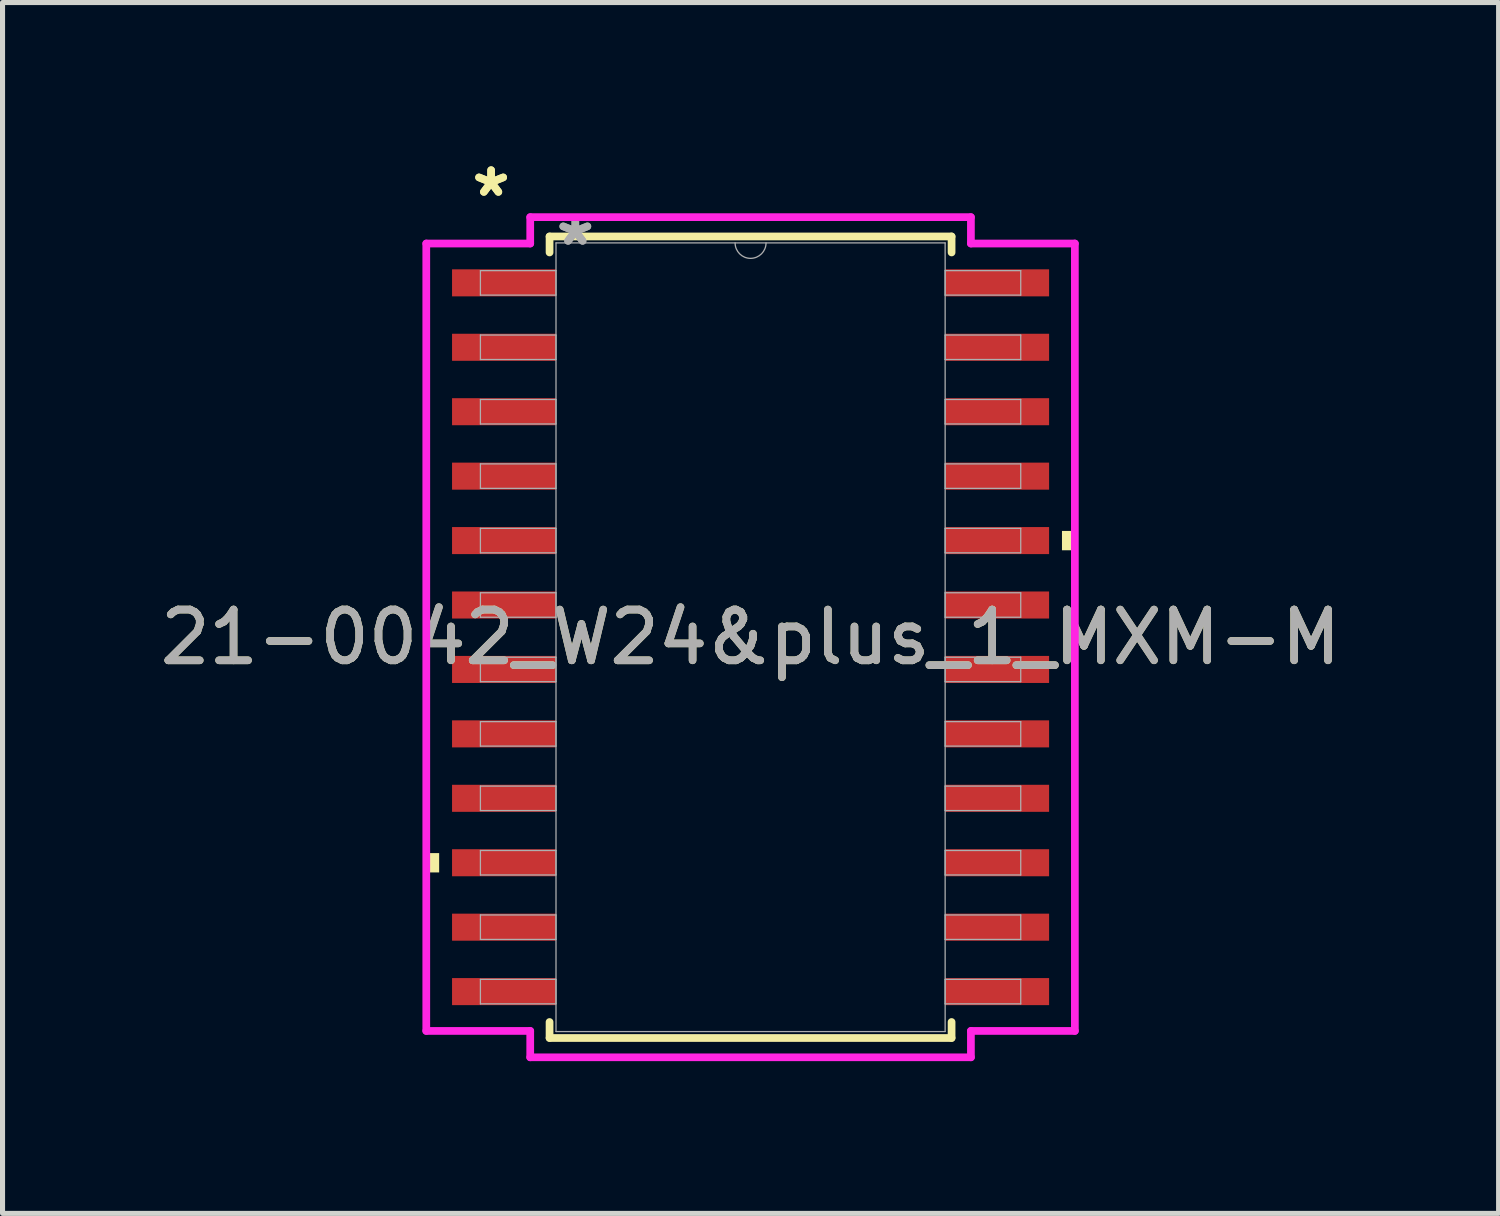
<source format=kicad_pcb>
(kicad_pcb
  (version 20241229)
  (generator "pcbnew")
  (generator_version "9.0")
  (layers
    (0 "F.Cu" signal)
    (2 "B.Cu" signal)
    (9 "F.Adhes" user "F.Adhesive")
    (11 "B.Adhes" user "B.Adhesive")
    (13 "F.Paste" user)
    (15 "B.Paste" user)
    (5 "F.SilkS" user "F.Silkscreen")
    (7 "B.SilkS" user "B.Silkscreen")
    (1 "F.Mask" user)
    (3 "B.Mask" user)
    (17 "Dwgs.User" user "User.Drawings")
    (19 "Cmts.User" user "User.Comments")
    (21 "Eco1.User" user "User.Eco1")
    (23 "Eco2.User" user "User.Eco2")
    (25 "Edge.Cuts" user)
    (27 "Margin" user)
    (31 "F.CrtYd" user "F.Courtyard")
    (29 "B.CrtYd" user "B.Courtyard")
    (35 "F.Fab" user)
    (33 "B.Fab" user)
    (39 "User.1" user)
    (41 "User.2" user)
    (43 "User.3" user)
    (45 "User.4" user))
  (footprint "21-0042_W24&plus_1_MXM-M"
    (layer "F.Cu")
    (at 11.744 9.51)
    (property "Reference" "21-0042_W24&plus_1_MXM-M" (at 0 0 0) (unlocked yes) (layer "F.SilkS") (effects (font (size 1 1) (thickness 0.15))))
    (attr smd)
    (fp_line (start -3.962 -7.899) (end -3.962 -7.584) (stroke (width 0.152) (type solid)) (layer "F.SilkS"))
    (fp_line (start -3.962 7.584) (end -3.962 7.899) (stroke (width 0.152) (type solid)) (layer "F.SilkS"))
    (fp_line (start -3.962 7.899) (end 3.962 7.899) (stroke (width 0.152) (type solid)) (layer "F.SilkS"))
    (fp_line (start 3.962 -7.899) (end -3.962 -7.899) (stroke (width 0.152) (type solid)) (layer "F.SilkS"))
    (fp_line (start 3.962 -7.584) (end 3.962 -7.899) (stroke (width 0.152) (type solid)) (layer "F.SilkS"))
    (fp_line (start 3.962 7.899) (end 3.962 7.584) (stroke (width 0.152) (type solid)) (layer "F.SilkS"))
    (fp_poly (pts (xy -6.392 4.255) (xy -6.392 4.636) (xy -6.138 4.636) (xy -6.138 4.255)) (stroke (width 0) (type solid)) (fill yes) (layer "F.SilkS"))
    (fp_poly (pts (xy 6.392 -2.095) (xy 6.392 -1.714) (xy 6.138 -1.714) (xy 6.138 -2.095)) (stroke (width 0) (type solid)) (fill yes) (layer "F.SilkS"))
    (fp_line (start -6.392 -7.76) (end -4.343 -7.76) (stroke (width 0.152) (type solid)) (layer "F.CrtYd"))
    (fp_line (start -6.392 7.76) (end -6.392 -7.76) (stroke (width 0.152) (type solid)) (layer "F.CrtYd"))
    (fp_line (start -6.392 7.76) (end -4.343 7.76) (stroke (width 0.152) (type solid)) (layer "F.CrtYd"))
    (fp_line (start -4.343 -8.28) (end 4.343 -8.28) (stroke (width 0.152) (type solid)) (layer "F.CrtYd"))
    (fp_line (start -4.343 -7.76) (end -4.343 -8.28) (stroke (width 0.152) (type solid)) (layer "F.CrtYd"))
    (fp_line (start -4.343 8.28) (end -4.343 7.76) (stroke (width 0.152) (type solid)) (layer "F.CrtYd"))
    (fp_line (start 4.343 -8.28) (end 4.343 -7.76) (stroke (width 0.152) (type solid)) (layer "F.CrtYd"))
    (fp_line (start 4.343 7.76) (end 4.343 8.28) (stroke (width 0.152) (type solid)) (layer "F.CrtYd"))
    (fp_line (start 4.343 8.28) (end -4.343 8.28) (stroke (width 0.152) (type solid)) (layer "F.CrtYd"))
    (fp_line (start 6.392 -7.76) (end 4.343 -7.76) (stroke (width 0.152) (type solid)) (layer "F.CrtYd"))
    (fp_line (start 6.392 -7.76) (end 6.392 7.76) (stroke (width 0.152) (type solid)) (layer "F.CrtYd"))
    (fp_line (start 6.392 7.76) (end 4.343 7.76) (stroke (width 0.152) (type solid)) (layer "F.CrtYd"))
    (fp_line (start -5.325 -7.226) (end -5.325 -6.744) (stroke (width 0.025) (type solid)) (layer "F.Fab"))
    (fp_line (start -5.325 -6.744) (end -3.835 -6.744) (stroke (width 0.025) (type solid)) (layer "F.Fab"))
    (fp_line (start -5.325 -5.956) (end -5.325 -5.474) (stroke (width 0.025) (type solid)) (layer "F.Fab"))
    (fp_line (start -5.325 -5.474) (end -3.835 -5.474) (stroke (width 0.025) (type solid)) (layer "F.Fab"))
    (fp_line (start -5.325 -4.686) (end -5.325 -4.204) (stroke (width 0.025) (type solid)) (layer "F.Fab"))
    (fp_line (start -5.325 -4.204) (end -3.835 -4.204) (stroke (width 0.025) (type solid)) (layer "F.Fab"))
    (fp_line (start -5.325 -3.416) (end -5.325 -2.934) (stroke (width 0.025) (type solid)) (layer "F.Fab"))
    (fp_line (start -5.325 -2.934) (end -3.835 -2.934) (stroke (width 0.025) (type solid)) (layer "F.Fab"))
    (fp_line (start -5.325 -2.146) (end -5.325 -1.664) (stroke (width 0.025) (type solid)) (layer "F.Fab"))
    (fp_line (start -5.325 -1.664) (end -3.835 -1.664) (stroke (width 0.025) (type solid)) (layer "F.Fab"))
    (fp_line (start -5.325 -0.876) (end -5.325 -0.394) (stroke (width 0.025) (type solid)) (layer "F.Fab"))
    (fp_line (start -5.325 -0.394) (end -3.835 -0.394) (stroke (width 0.025) (type solid)) (layer "F.Fab"))
    (fp_line (start -5.325 0.394) (end -5.325 0.876) (stroke (width 0.025) (type solid)) (layer "F.Fab"))
    (fp_line (start -5.325 0.876) (end -3.835 0.876) (stroke (width 0.025) (type solid)) (layer "F.Fab"))
    (fp_line (start -5.325 1.664) (end -5.325 2.146) (stroke (width 0.025) (type solid)) (layer "F.Fab"))
    (fp_line (start -5.325 2.146) (end -3.835 2.146) (stroke (width 0.025) (type solid)) (layer "F.Fab"))
    (fp_line (start -5.325 2.934) (end -5.325 3.416) (stroke (width 0.025) (type solid)) (layer "F.Fab"))
    (fp_line (start -5.325 3.416) (end -3.835 3.416) (stroke (width 0.025) (type solid)) (layer "F.Fab"))
    (fp_line (start -5.325 4.204) (end -5.325 4.686) (stroke (width 0.025) (type solid)) (layer "F.Fab"))
    (fp_line (start -5.325 4.686) (end -3.835 4.686) (stroke (width 0.025) (type solid)) (layer "F.Fab"))
    (fp_line (start -5.325 5.474) (end -5.325 5.956) (stroke (width 0.025) (type solid)) (layer "F.Fab"))
    (fp_line (start -5.325 5.956) (end -3.835 5.956) (stroke (width 0.025) (type solid)) (layer "F.Fab"))
    (fp_line (start -5.325 6.744) (end -5.325 7.226) (stroke (width 0.025) (type solid)) (layer "F.Fab"))
    (fp_line (start -5.325 7.226) (end -3.835 7.226) (stroke (width 0.025) (type solid)) (layer "F.Fab"))
    (fp_line (start -3.835 -7.772) (end -3.835 7.772) (stroke (width 0.025) (type solid)) (layer "F.Fab"))
    (fp_line (start -3.835 -7.226) (end -5.325 -7.226) (stroke (width 0.025) (type solid)) (layer "F.Fab"))
    (fp_line (start -3.835 -6.744) (end -3.835 -7.226) (stroke (width 0.025) (type solid)) (layer "F.Fab"))
    (fp_line (start -3.835 -5.956) (end -5.325 -5.956) (stroke (width 0.025) (type solid)) (layer "F.Fab"))
    (fp_line (start -3.835 -5.474) (end -3.835 -5.956) (stroke (width 0.025) (type solid)) (layer "F.Fab"))
    (fp_line (start -3.835 -4.686) (end -5.325 -4.686) (stroke (width 0.025) (type solid)) (layer "F.Fab"))
    (fp_line (start -3.835 -4.204) (end -3.835 -4.686) (stroke (width 0.025) (type solid)) (layer "F.Fab"))
    (fp_line (start -3.835 -3.416) (end -5.325 -3.416) (stroke (width 0.025) (type solid)) (layer "F.Fab"))
    (fp_line (start -3.835 -2.934) (end -3.835 -3.416) (stroke (width 0.025) (type solid)) (layer "F.Fab"))
    (fp_line (start -3.835 -2.146) (end -5.325 -2.146) (stroke (width 0.025) (type solid)) (layer "F.Fab"))
    (fp_line (start -3.835 -1.664) (end -3.835 -2.146) (stroke (width 0.025) (type solid)) (layer "F.Fab"))
    (fp_line (start -3.835 -0.876) (end -5.325 -0.876) (stroke (width 0.025) (type solid)) (layer "F.Fab"))
    (fp_line (start -3.835 -0.394) (end -3.835 -0.876) (stroke (width 0.025) (type solid)) (layer "F.Fab"))
    (fp_line (start -3.835 0.394) (end -5.325 0.394) (stroke (width 0.025) (type solid)) (layer "F.Fab"))
    (fp_line (start -3.835 0.876) (end -3.835 0.394) (stroke (width 0.025) (type solid)) (layer "F.Fab"))
    (fp_line (start -3.835 1.664) (end -5.325 1.664) (stroke (width 0.025) (type solid)) (layer "F.Fab"))
    (fp_line (start -3.835 2.146) (end -3.835 1.664) (stroke (width 0.025) (type solid)) (layer "F.Fab"))
    (fp_line (start -3.835 2.934) (end -5.325 2.934) (stroke (width 0.025) (type solid)) (layer "F.Fab"))
    (fp_line (start -3.835 3.416) (end -3.835 2.934) (stroke (width 0.025) (type solid)) (layer "F.Fab"))
    (fp_line (start -3.835 4.204) (end -5.325 4.204) (stroke (width 0.025) (type solid)) (layer "F.Fab"))
    (fp_line (start -3.835 4.686) (end -3.835 4.204) (stroke (width 0.025) (type solid)) (layer "F.Fab"))
    (fp_line (start -3.835 5.474) (end -5.325 5.474) (stroke (width 0.025) (type solid)) (layer "F.Fab"))
    (fp_line (start -3.835 5.956) (end -3.835 5.474) (stroke (width 0.025) (type solid)) (layer "F.Fab"))
    (fp_line (start -3.835 6.744) (end -5.325 6.744) (stroke (width 0.025) (type solid)) (layer "F.Fab"))
    (fp_line (start -3.835 7.226) (end -3.835 6.744) (stroke (width 0.025) (type solid)) (layer "F.Fab"))
    (fp_line (start -3.835 7.772) (end 3.835 7.772) (stroke (width 0.025) (type solid)) (layer "F.Fab"))
    (fp_line (start 3.835 -7.772) (end -3.835 -7.772) (stroke (width 0.025) (type solid)) (layer "F.Fab"))
    (fp_line (start 3.835 -7.226) (end 3.835 -6.744) (stroke (width 0.025) (type solid)) (layer "F.Fab"))
    (fp_line (start 3.835 -6.744) (end 5.325 -6.744) (stroke (width 0.025) (type solid)) (layer "F.Fab"))
    (fp_line (start 3.835 -5.956) (end 3.835 -5.474) (stroke (width 0.025) (type solid)) (layer "F.Fab"))
    (fp_line (start 3.835 -5.474) (end 5.325 -5.474) (stroke (width 0.025) (type solid)) (layer "F.Fab"))
    (fp_line (start 3.835 -4.686) (end 3.835 -4.204) (stroke (width 0.025) (type solid)) (layer "F.Fab"))
    (fp_line (start 3.835 -4.204) (end 5.325 -4.204) (stroke (width 0.025) (type solid)) (layer "F.Fab"))
    (fp_line (start 3.835 -3.416) (end 3.835 -2.934) (stroke (width 0.025) (type solid)) (layer "F.Fab"))
    (fp_line (start 3.835 -2.934) (end 5.325 -2.934) (stroke (width 0.025) (type solid)) (layer "F.Fab"))
    (fp_line (start 3.835 -2.146) (end 3.835 -1.664) (stroke (width 0.025) (type solid)) (layer "F.Fab"))
    (fp_line (start 3.835 -1.664) (end 5.325 -1.664) (stroke (width 0.025) (type solid)) (layer "F.Fab"))
    (fp_line (start 3.835 -0.876) (end 3.835 -0.394) (stroke (width 0.025) (type solid)) (layer "F.Fab"))
    (fp_line (start 3.835 -0.394) (end 5.325 -0.394) (stroke (width 0.025) (type solid)) (layer "F.Fab"))
    (fp_line (start 3.835 0.394) (end 3.835 0.876) (stroke (width 0.025) (type solid)) (layer "F.Fab"))
    (fp_line (start 3.835 0.876) (end 5.325 0.876) (stroke (width 0.025) (type solid)) (layer "F.Fab"))
    (fp_line (start 3.835 1.664) (end 3.835 2.146) (stroke (width 0.025) (type solid)) (layer "F.Fab"))
    (fp_line (start 3.835 2.146) (end 5.325 2.146) (stroke (width 0.025) (type solid)) (layer "F.Fab"))
    (fp_line (start 3.835 2.934) (end 3.835 3.416) (stroke (width 0.025) (type solid)) (layer "F.Fab"))
    (fp_line (start 3.835 3.416) (end 5.325 3.416) (stroke (width 0.025) (type solid)) (layer "F.Fab"))
    (fp_line (start 3.835 4.204) (end 3.835 4.686) (stroke (width 0.025) (type solid)) (layer "F.Fab"))
    (fp_line (start 3.835 4.686) (end 5.325 4.686) (stroke (width 0.025) (type solid)) (layer "F.Fab"))
    (fp_line (start 3.835 5.474) (end 3.835 5.956) (stroke (width 0.025) (type solid)) (layer "F.Fab"))
    (fp_line (start 3.835 5.956) (end 5.325 5.956) (stroke (width 0.025) (type solid)) (layer "F.Fab"))
    (fp_line (start 3.835 6.744) (end 3.835 7.226) (stroke (width 0.025) (type solid)) (layer "F.Fab"))
    (fp_line (start 3.835 7.226) (end 5.325 7.226) (stroke (width 0.025) (type solid)) (layer "F.Fab"))
    (fp_line (start 3.835 7.772) (end 3.835 -7.772) (stroke (width 0.025) (type solid)) (layer "F.Fab"))
    (fp_line (start 5.325 -7.226) (end 3.835 -7.226) (stroke (width 0.025) (type solid)) (layer "F.Fab"))
    (fp_line (start 5.325 -6.744) (end 5.325 -7.226) (stroke (width 0.025) (type solid)) (layer "F.Fab"))
    (fp_line (start 5.325 -5.956) (end 3.835 -5.956) (stroke (width 0.025) (type solid)) (layer "F.Fab"))
    (fp_line (start 5.325 -5.474) (end 5.325 -5.956) (stroke (width 0.025) (type solid)) (layer "F.Fab"))
    (fp_line (start 5.325 -4.686) (end 3.835 -4.686) (stroke (width 0.025) (type solid)) (layer "F.Fab"))
    (fp_line (start 5.325 -4.204) (end 5.325 -4.686) (stroke (width 0.025) (type solid)) (layer "F.Fab"))
    (fp_line (start 5.325 -3.416) (end 3.835 -3.416) (stroke (width 0.025) (type solid)) (layer "F.Fab"))
    (fp_line (start 5.325 -2.934) (end 5.325 -3.416) (stroke (width 0.025) (type solid)) (layer "F.Fab"))
    (fp_line (start 5.325 -2.146) (end 3.835 -2.146) (stroke (width 0.025) (type solid)) (layer "F.Fab"))
    (fp_line (start 5.325 -1.664) (end 5.325 -2.146) (stroke (width 0.025) (type solid)) (layer "F.Fab"))
    (fp_line (start 5.325 -0.876) (end 3.835 -0.876) (stroke (width 0.025) (type solid)) (layer "F.Fab"))
    (fp_line (start 5.325 -0.394) (end 5.325 -0.876) (stroke (width 0.025) (type solid)) (layer "F.Fab"))
    (fp_line (start 5.325 0.394) (end 3.835 0.394) (stroke (width 0.025) (type solid)) (layer "F.Fab"))
    (fp_line (start 5.325 0.876) (end 5.325 0.394) (stroke (width 0.025) (type solid)) (layer "F.Fab"))
    (fp_line (start 5.325 1.664) (end 3.835 1.664) (stroke (width 0.025) (type solid)) (layer "F.Fab"))
    (fp_line (start 5.325 2.146) (end 5.325 1.664) (stroke (width 0.025) (type solid)) (layer "F.Fab"))
    (fp_line (start 5.325 2.934) (end 3.835 2.934) (stroke (width 0.025) (type solid)) (layer "F.Fab"))
    (fp_line (start 5.325 3.416) (end 5.325 2.934) (stroke (width 0.025) (type solid)) (layer "F.Fab"))
    (fp_line (start 5.325 4.204) (end 3.835 4.204) (stroke (width 0.025) (type solid)) (layer "F.Fab"))
    (fp_line (start 5.325 4.686) (end 5.325 4.204) (stroke (width 0.025) (type solid)) (layer "F.Fab"))
    (fp_line (start 5.325 5.474) (end 3.835 5.474) (stroke (width 0.025) (type solid)) (layer "F.Fab"))
    (fp_line (start 5.325 5.956) (end 5.325 5.474) (stroke (width 0.025) (type solid)) (layer "F.Fab"))
    (fp_line (start 5.325 6.744) (end 3.835 6.744) (stroke (width 0.025) (type solid)) (layer "F.Fab"))
    (fp_line (start 5.325 7.226) (end 5.325 6.744) (stroke (width 0.025) (type solid)) (layer "F.Fab"))
    (fp_arc (start 0.3048 -7.7724) (mid 0 -7.4676) (end -0.3048 -7.7724) (stroke (width 0.0254) (type solid)) (layer "F.Fab"))
    (fp_text user "*" (at -5.114 -8.661 0) (unlocked yes) (layer "F.SilkS") (effects (font (size 1 1) (thickness 0.15))))
    (fp_text user "*" (at -5.114 -8.661 0) (layer "F.SilkS") (effects (font (size 1 1) (thickness 0.15))))
    (fp_text user "${REFERENCE}" (at 0 0 0) (unlocked yes) (layer "F.Fab") (effects (font (size 1 1) (thickness 0.15))))
    (fp_text user "*" (at -3.454 -7.696 0) (layer "F.Fab") (effects (font (size 1 1) (thickness 0.15))))
    (fp_text user "*" (at -3.454 -7.696 0) (unlocked yes) (layer "F.Fab") (effects (font (size 1 1) (thickness 0.15))))
    (pad "1" smd rect (at -4.86 -6.985) (size 2.048 0.533) (layers "F.Cu" "F.Mask" "F.Paste"))
    (pad "2" smd rect (at -4.86 -5.715) (size 2.048 0.533) (layers "F.Cu" "F.Mask" "F.Paste"))
    (pad "3" smd rect (at -4.86 -4.445) (size 2.048 0.533) (layers "F.Cu" "F.Mask" "F.Paste"))
    (pad "4" smd rect (at -4.86 -3.175) (size 2.048 0.533) (layers "F.Cu" "F.Mask" "F.Paste"))
    (pad "5" smd rect (at -4.86 -1.905) (size 2.048 0.533) (layers "F.Cu" "F.Mask" "F.Paste"))
    (pad "6" smd rect (at -4.86 -0.635) (size 2.048 0.533) (layers "F.Cu" "F.Mask" "F.Paste"))
    (pad "7" smd rect (at -4.86 0.635) (size 2.048 0.533) (layers "F.Cu" "F.Mask" "F.Paste"))
    (pad "8" smd rect (at -4.86 1.905) (size 2.048 0.533) (layers "F.Cu" "F.Mask" "F.Paste"))
    (pad "9" smd rect (at -4.86 3.175) (size 2.048 0.533) (layers "F.Cu" "F.Mask" "F.Paste"))
    (pad "10" smd rect (at -4.86 4.445) (size 2.048 0.533) (layers "F.Cu" "F.Mask" "F.Paste"))
    (pad "11" smd rect (at -4.86 5.715) (size 2.048 0.533) (layers "F.Cu" "F.Mask" "F.Paste"))
    (pad "12" smd rect (at -4.86 6.985) (size 2.048 0.533) (layers "F.Cu" "F.Mask" "F.Paste"))
    (pad "13" smd rect (at 4.86 6.985) (size 2.048 0.533) (layers "F.Cu" "F.Mask" "F.Paste"))
    (pad "14" smd rect (at 4.86 5.715) (size 2.048 0.533) (layers "F.Cu" "F.Mask" "F.Paste"))
    (pad "15" smd rect (at 4.86 4.445) (size 2.048 0.533) (layers "F.Cu" "F.Mask" "F.Paste"))
    (pad "16" smd rect (at 4.86 3.175) (size 2.048 0.533) (layers "F.Cu" "F.Mask" "F.Paste"))
    (pad "17" smd rect (at 4.86 1.905) (size 2.048 0.533) (layers "F.Cu" "F.Mask" "F.Paste"))
    (pad "18" smd rect (at 4.86 0.635) (size 2.048 0.533) (layers "F.Cu" "F.Mask" "F.Paste"))
    (pad "19" smd rect (at 4.86 -0.635) (size 2.048 0.533) (layers "F.Cu" "F.Mask" "F.Paste"))
    (pad "20" smd rect (at 4.86 -1.905) (size 2.048 0.533) (layers "F.Cu" "F.Mask" "F.Paste"))
    (pad "21" smd rect (at 4.86 -3.175) (size 2.048 0.533) (layers "F.Cu" "F.Mask" "F.Paste"))
    (pad "22" smd rect (at 4.86 -4.445) (size 2.048 0.533) (layers "F.Cu" "F.Mask" "F.Paste"))
    (pad "23" smd rect (at 4.86 -5.715) (size 2.048 0.533) (layers "F.Cu" "F.Mask" "F.Paste"))
    (pad "24" smd rect (at 4.86 -6.985) (size 2.048 0.533) (layers "F.Cu" "F.Mask" "F.Paste")))
  (gr_rect
    (start -3 -3)
    (end 26.488 20.866)
    (stroke (width 0.1) (type default))
    (fill no)
    (layer "Edge.Cuts")))
</source>
